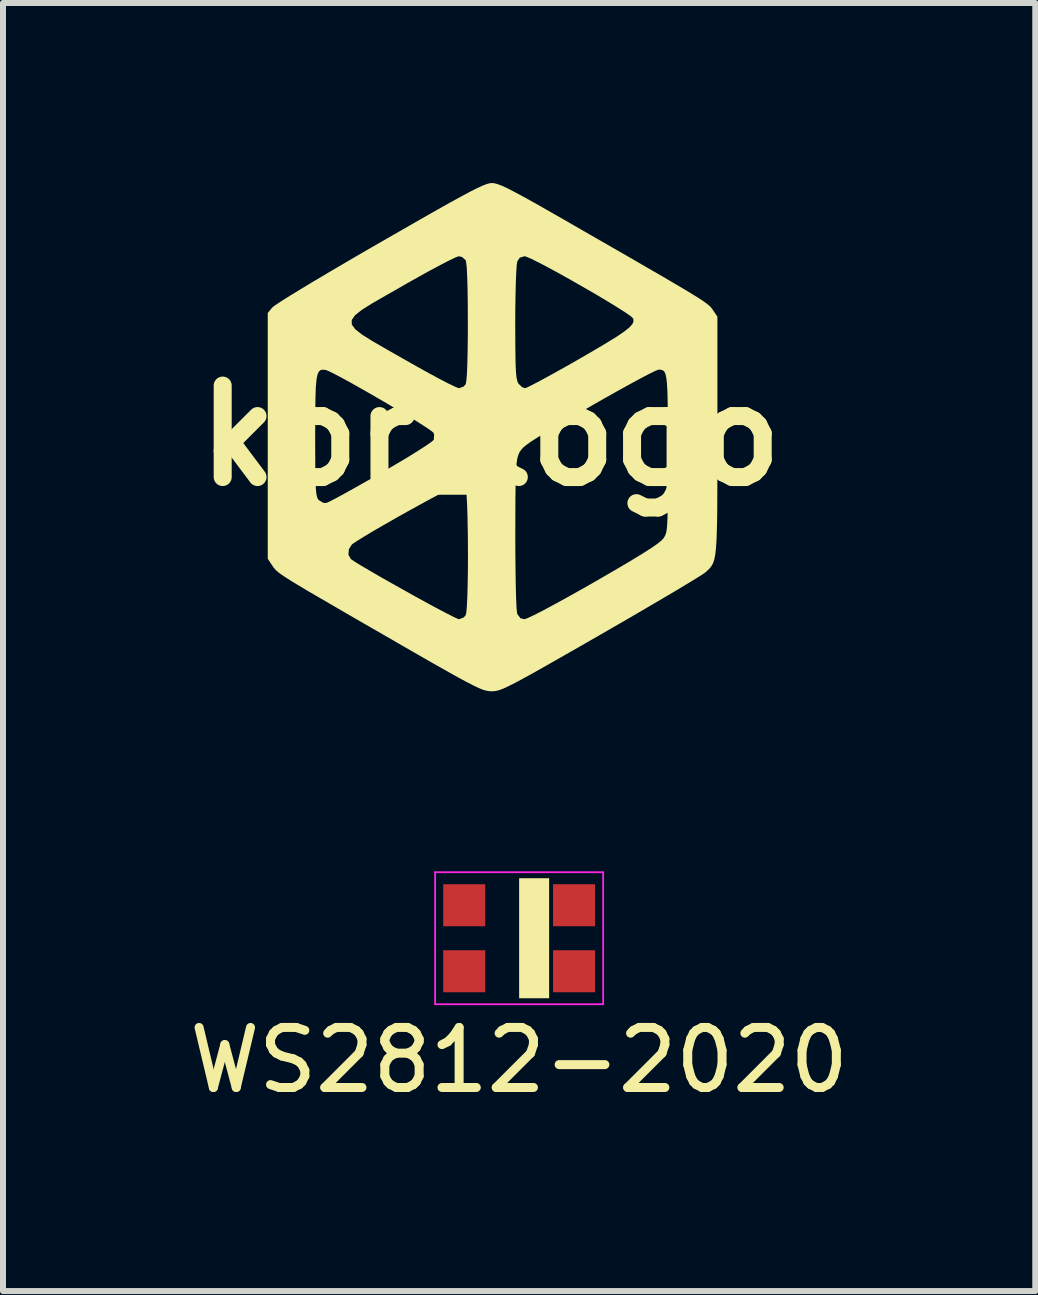
<source format=kicad_pcb>
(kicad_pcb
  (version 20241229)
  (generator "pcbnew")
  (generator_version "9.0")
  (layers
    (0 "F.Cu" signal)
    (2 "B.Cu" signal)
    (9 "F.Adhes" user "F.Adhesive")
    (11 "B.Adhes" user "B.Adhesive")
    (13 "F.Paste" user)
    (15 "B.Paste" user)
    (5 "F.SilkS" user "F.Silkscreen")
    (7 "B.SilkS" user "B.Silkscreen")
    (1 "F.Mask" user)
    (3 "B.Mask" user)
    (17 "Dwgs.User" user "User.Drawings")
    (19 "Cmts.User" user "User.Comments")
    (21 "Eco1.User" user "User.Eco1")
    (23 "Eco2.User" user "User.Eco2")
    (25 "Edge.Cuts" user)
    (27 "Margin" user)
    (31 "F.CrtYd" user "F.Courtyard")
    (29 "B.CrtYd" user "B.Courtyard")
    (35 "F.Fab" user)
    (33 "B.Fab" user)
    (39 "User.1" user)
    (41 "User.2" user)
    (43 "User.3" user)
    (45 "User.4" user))
  (footprint "WS2812-2020"
    (layer "F.Cu")
    (at 5.601 12.585)
    (property "Reference" "WS2812-2020" (at 0 2.032 0) (layer "F.SilkS") (effects (font (size 1 1) (thickness 0.15))))
    (attr smd)
    (fp_poly (pts (xy 0 -1) (xy 0.5 -1) (xy 0.5 1) (xy 0 1)) (stroke (width 0) (type solid)) (fill yes) (layer "F.SilkS"))
    (fp_line (start -1.4 -1.1) (end 1.4 -1.1) (stroke (width 0.03) (type solid)) (layer "F.CrtYd"))
    (fp_line (start -1.4 1.1) (end -1.4 -1.1) (stroke (width 0.03) (type solid)) (layer "F.CrtYd"))
    (fp_line (start 1.4 -1.1) (end 1.4 1.1) (stroke (width 0.03) (type solid)) (layer "F.CrtYd"))
    (fp_line (start 1.4 1.1) (end -1.4 1.1) (stroke (width 0.03) (type solid)) (layer "F.CrtYd"))
    (pad "1" smd rect (at -0.915 0.55) (size 0.7 0.7) (layers "F.Cu" "F.Mask" "F.Paste"))
    (pad "2" smd rect (at 0.915 0.55) (size 0.7 0.7) (layers "F.Cu" "F.Mask" "F.Paste"))
    (pad "3" smd rect (at 0.915 -0.55) (size 0.7 0.7) (layers "F.Cu" "F.Mask" "F.Paste"))
    (pad "4" smd rect (at -0.915 -0.55) (size 0.7 0.7) (layers "F.Cu" "F.Mask" "F.Paste")))
  (footprint "kpr_logo"
    (layer "F.Cu")
    (at 5.124 4.21)
    (property "Reference" "kpr_logo" (at 0 0 0) (layer "F.SilkS") (effects (font (size 1.524 1.524) (thickness 0.3))))
    (attr board_only exclude_from_pos_files exclude_from_bom)
    (fp_poly (pts (xy 0.065 -4.206) (xy 0.121 -4.191) (xy 0.195 -4.162) (xy 0.293 -4.117) (xy 0.421 -4.05) (xy 0.586 -3.961) (xy 0.794 -3.845) (xy 1.051 -3.698) (xy 1.223 -3.6) (xy 1.657 -3.35) (xy 2.035 -3.133) (xy 2.362 -2.945) (xy 2.641 -2.783) (xy 2.877 -2.647) (xy 3.072 -2.532) (xy 3.232 -2.438) (xy 3.36 -2.36) (xy 3.461 -2.298) (xy 3.537 -2.248) (xy 3.593 -2.208) (xy 3.634 -2.176) (xy 3.663 -2.15) (xy 3.684 -2.126) (xy 3.7 -2.103) (xy 3.702 -2.1) (xy 3.781 -1.983) (xy 3.781 -0.011) (xy 3.781 0.421) (xy 3.78 0.79) (xy 3.779 1.102) (xy 3.777 1.361) (xy 3.772 1.573) (xy 3.766 1.744) (xy 3.757 1.879) (xy 3.745 1.984) (xy 3.729 2.063) (xy 3.709 2.124) (xy 3.684 2.17) (xy 3.655 2.208) (xy 3.62 2.243) (xy 3.587 2.273) (xy 3.54 2.307) (xy 3.438 2.372) (xy 3.288 2.463) (xy 3.096 2.579) (xy 2.867 2.714) (xy 2.608 2.866) (xy 2.324 3.032) (xy 2.02 3.207) (xy 1.837 3.313) (xy 1.48 3.518) (xy 1.177 3.691) (xy 0.924 3.835) (xy 0.715 3.953) (xy 0.546 4.046) (xy 0.41 4.119) (xy 0.303 4.173) (xy 0.22 4.212) (xy 0.155 4.237) (xy 0.104 4.251) (xy 0.061 4.258) (xy 0.022 4.26) (xy 0.015 4.26) (xy -0.027 4.257) (xy -0.073 4.249) (xy -0.128 4.233) (xy -0.197 4.205) (xy -0.287 4.162) (xy -0.402 4.103) (xy -0.548 4.024) (xy -0.73 3.922) (xy -0.955 3.795) (xy -1.227 3.639) (xy -1.552 3.452) (xy -1.615 3.415) (xy -2.001 3.193) (xy -2.332 3.002) (xy -2.612 2.839) (xy -2.846 2.703) (xy -3.039 2.591) (xy -3.194 2.498) (xy -3.317 2.424) (xy -3.411 2.364) (xy -3.482 2.317) (xy -3.533 2.279) (xy -3.569 2.248) (xy -3.595 2.221) (xy -3.616 2.195) (xy -3.634 2.169) (xy -3.712 2.052) (xy -3.712 1.982) (xy -2.368 1.982) (xy -2.33 2.053) (xy -2.329 2.055) (xy -2.27 2.095) (xy -2.164 2.161) (xy -2.019 2.246) (xy -1.846 2.347) (xy -1.653 2.456) (xy -1.45 2.57) (xy -1.246 2.684) (xy -1.051 2.791) (xy -0.873 2.887) (xy -0.722 2.966) (xy -0.608 3.024) (xy -0.539 3.055) (xy -0.525 3.059) (xy -0.449 3.031) (xy -0.414 2.993) (xy -0.402 2.938) (xy -0.393 2.826) (xy -0.386 2.669) (xy -0.381 2.475) (xy -0.377 2.257) (xy -0.376 2.024) (xy -0.377 1.787) (xy -0.378 1.656) (xy 0.413 1.656) (xy 0.414 1.97) (xy 0.417 2.253) (xy 0.421 2.5) (xy 0.426 2.702) (xy 0.433 2.853) (xy 0.441 2.946) (xy 0.446 2.971) (xy 0.498 3.042) (xy 0.565 3.059) (xy 0.615 3.042) (xy 0.717 2.994) (xy 0.865 2.919) (xy 1.051 2.819) (xy 1.27 2.699) (xy 1.513 2.563) (xy 1.726 2.442) (xy 2.044 2.258) (xy 2.304 2.105) (xy 2.512 1.979) (xy 2.67 1.878) (xy 2.782 1.801) (xy 2.852 1.744) (xy 2.879 1.715) (xy 2.898 1.686) (xy 2.914 1.655) (xy 2.927 1.616) (xy 2.937 1.561) (xy 2.944 1.483) (xy 2.949 1.377) (xy 2.953 1.233) (xy 2.955 1.047) (xy 2.956 0.81) (xy 2.956 0.516) (xy 2.956 0.294) (xy 2.956 -0.052) (xy 2.955 -0.335) (xy 2.952 -0.562) (xy 2.948 -0.739) (xy 2.94 -0.872) (xy 2.929 -0.968) (xy 2.914 -1.032) (xy 2.894 -1.071) (xy 2.868 -1.091) (xy 2.836 -1.099) (xy 2.8 -1.1) (xy 2.754 -1.083) (xy 2.656 -1.036) (xy 2.513 -0.961) (xy 2.332 -0.863) (xy 2.12 -0.746) (xy 1.885 -0.614) (xy 1.633 -0.47) (xy 1.63 -0.468) (xy 1.344 -0.303) (xy 1.111 -0.168) (xy 0.927 -0.058) (xy 0.784 0.029) (xy 0.676 0.098) (xy 0.599 0.153) (xy 0.546 0.197) (xy 0.51 0.236) (xy 0.486 0.272) (xy 0.474 0.296) (xy 0.458 0.338) (xy 0.445 0.389) (xy 0.435 0.458) (xy 0.427 0.551) (xy 0.422 0.675) (xy 0.418 0.838) (xy 0.415 1.048) (xy 0.414 1.312) (xy 0.413 1.636) (xy 0.413 1.656) (xy -0.378 1.656) (xy -0.38 1.556) (xy -0.384 1.343) (xy -0.39 1.156) (xy -0.398 1.007) (xy -0.408 0.907) (xy -0.419 0.866) (xy -0.485 0.833) (xy -0.541 0.825) (xy -0.587 0.841) (xy -0.684 0.887) (xy -0.82 0.958) (xy -0.987 1.047) (xy -1.176 1.15) (xy -1.377 1.261) (xy -1.58 1.375) (xy -1.776 1.487) (xy -1.956 1.591) (xy -2.109 1.683) (xy -2.227 1.756) (xy -2.301 1.806) (xy -2.311 1.814) (xy -2.36 1.892) (xy -2.368 1.982) (xy -3.712 1.982) (xy -3.712 0.012) (xy -2.922 0.012) (xy -2.921 0.304) (xy -2.92 0.534) (xy -2.917 0.711) (xy -2.913 0.842) (xy -2.906 0.936) (xy -2.896 0.999) (xy -2.884 1.041) (xy -2.867 1.068) (xy -2.863 1.073) (xy -2.783 1.121) (xy -2.731 1.12) (xy -2.683 1.098) (xy -2.584 1.047) (xy -2.442 0.97) (xy -2.266 0.872) (xy -2.064 0.758) (xy -1.844 0.632) (xy -1.81 0.613) (xy -1.591 0.485) (xy -1.391 0.366) (xy -1.219 0.259) (xy -1.083 0.172) (xy -0.989 0.107) (xy -0.946 0.07) (xy -0.945 0.067) (xy -0.94 -0.015) (xy -0.948 -0.046) (xy -0.982 -0.076) (xy -1.067 -0.135) (xy -1.195 -0.217) (xy -1.354 -0.315) (xy -1.538 -0.425) (xy -1.735 -0.542) (xy -1.938 -0.66) (xy -2.137 -0.774) (xy -2.323 -0.879) (xy -2.486 -0.968) (xy -2.618 -1.037) (xy -2.709 -1.081) (xy -2.744 -1.094) (xy -2.792 -1.1) (xy -2.831 -1.093) (xy -2.861 -1.068) (xy -2.884 -1.016) (xy -2.9 -0.932) (xy -2.911 -0.809) (xy -2.917 -0.64) (xy -2.92 -0.418) (xy -2.921 -0.138) (xy -2.922 0.012) (xy -3.712 0.012) (xy -3.712 0.004) (xy -3.712 -1.928) (xy -2.313 -1.928) (xy -2.312 -1.852) (xy -2.253 -1.772) (xy -2.138 -1.682) (xy -1.965 -1.574) (xy -1.735 -1.441) (xy -1.461 -1.285) (xy -1.237 -1.158) (xy -1.03 -1.043) (xy -0.848 -0.945) (xy -0.698 -0.867) (xy -0.589 -0.815) (xy -0.53 -0.792) (xy -0.525 -0.791) (xy -0.449 -0.818) (xy -0.414 -0.857) (xy -0.403 -0.913) (xy -0.393 -1.033) (xy -0.386 -1.211) (xy -0.381 -1.443) (xy -0.378 -1.724) (xy -0.378 -1.879) (xy 0.412 -1.879) (xy 0.413 -1.593) (xy 0.415 -1.368) (xy 0.418 -1.196) (xy 0.424 -1.069) (xy 0.432 -0.979) (xy 0.444 -0.919) (xy 0.458 -0.88) (xy 0.466 -0.867) (xy 0.524 -0.81) (xy 0.574 -0.791) (xy 0.617 -0.807) (xy 0.711 -0.854) (xy 0.848 -0.926) (xy 1.019 -1.02) (xy 1.217 -1.13) (xy 1.433 -1.252) (xy 1.439 -1.256) (xy 1.714 -1.415) (xy 1.933 -1.545) (xy 2.103 -1.65) (xy 2.227 -1.734) (xy 2.312 -1.802) (xy 2.362 -1.856) (xy 2.383 -1.902) (xy 2.38 -1.942) (xy 2.373 -1.957) (xy 2.333 -1.994) (xy 2.241 -2.057) (xy 2.108 -2.142) (xy 1.943 -2.243) (xy 1.755 -2.355) (xy 1.553 -2.472) (xy 1.348 -2.589) (xy 1.148 -2.701) (xy 0.963 -2.802) (xy 0.802 -2.886) (xy 0.676 -2.949) (xy 0.592 -2.984) (xy 0.567 -2.99) (xy 0.487 -2.966) (xy 0.446 -2.902) (xy 0.437 -2.844) (xy 0.429 -2.727) (xy 0.422 -2.56) (xy 0.417 -2.353) (xy 0.413 -2.114) (xy 0.412 -1.879) (xy -0.378 -1.879) (xy -0.378 -1.89) (xy -0.379 -2.195) (xy -0.383 -2.454) (xy -0.389 -2.661) (xy -0.397 -2.812) (xy -0.408 -2.902) (xy -0.414 -2.924) (xy -0.474 -2.977) (xy -0.526 -2.99) (xy -0.575 -2.974) (xy -0.675 -2.927) (xy -0.818 -2.853) (xy -0.995 -2.759) (xy -1.198 -2.647) (xy -1.419 -2.522) (xy -1.462 -2.497) (xy -1.746 -2.335) (xy -1.974 -2.204) (xy -2.144 -2.097) (xy -2.257 -2.007) (xy -2.313 -1.928) (xy -3.712 -1.928) (xy -3.712 -2.045) (xy -3.635 -2.138) (xy -3.591 -2.172) (xy -3.493 -2.237) (xy -3.347 -2.329) (xy -3.158 -2.444) (xy -2.932 -2.581) (xy -2.673 -2.734) (xy -2.389 -2.901) (xy -2.084 -3.079) (xy -1.839 -3.22) (xy -1.468 -3.433) (xy -1.152 -3.614) (xy -0.885 -3.766) (xy -0.664 -3.89) (xy -0.483 -3.989) (xy -0.338 -4.067) (xy -0.224 -4.124) (xy -0.136 -4.165) (xy -0.069 -4.191) (xy -0.02 -4.205) (xy 0.018 -4.21) (xy 0.02 -4.21)) (stroke (width 0) (type solid)) (fill yes) (layer "F.SilkS")))
  (gr_rect
    (start -3 -3)
    (end 14.202 18.465)
    (stroke (width 0.1) (type default))
    (fill no)
    (layer "Edge.Cuts")))
</source>
